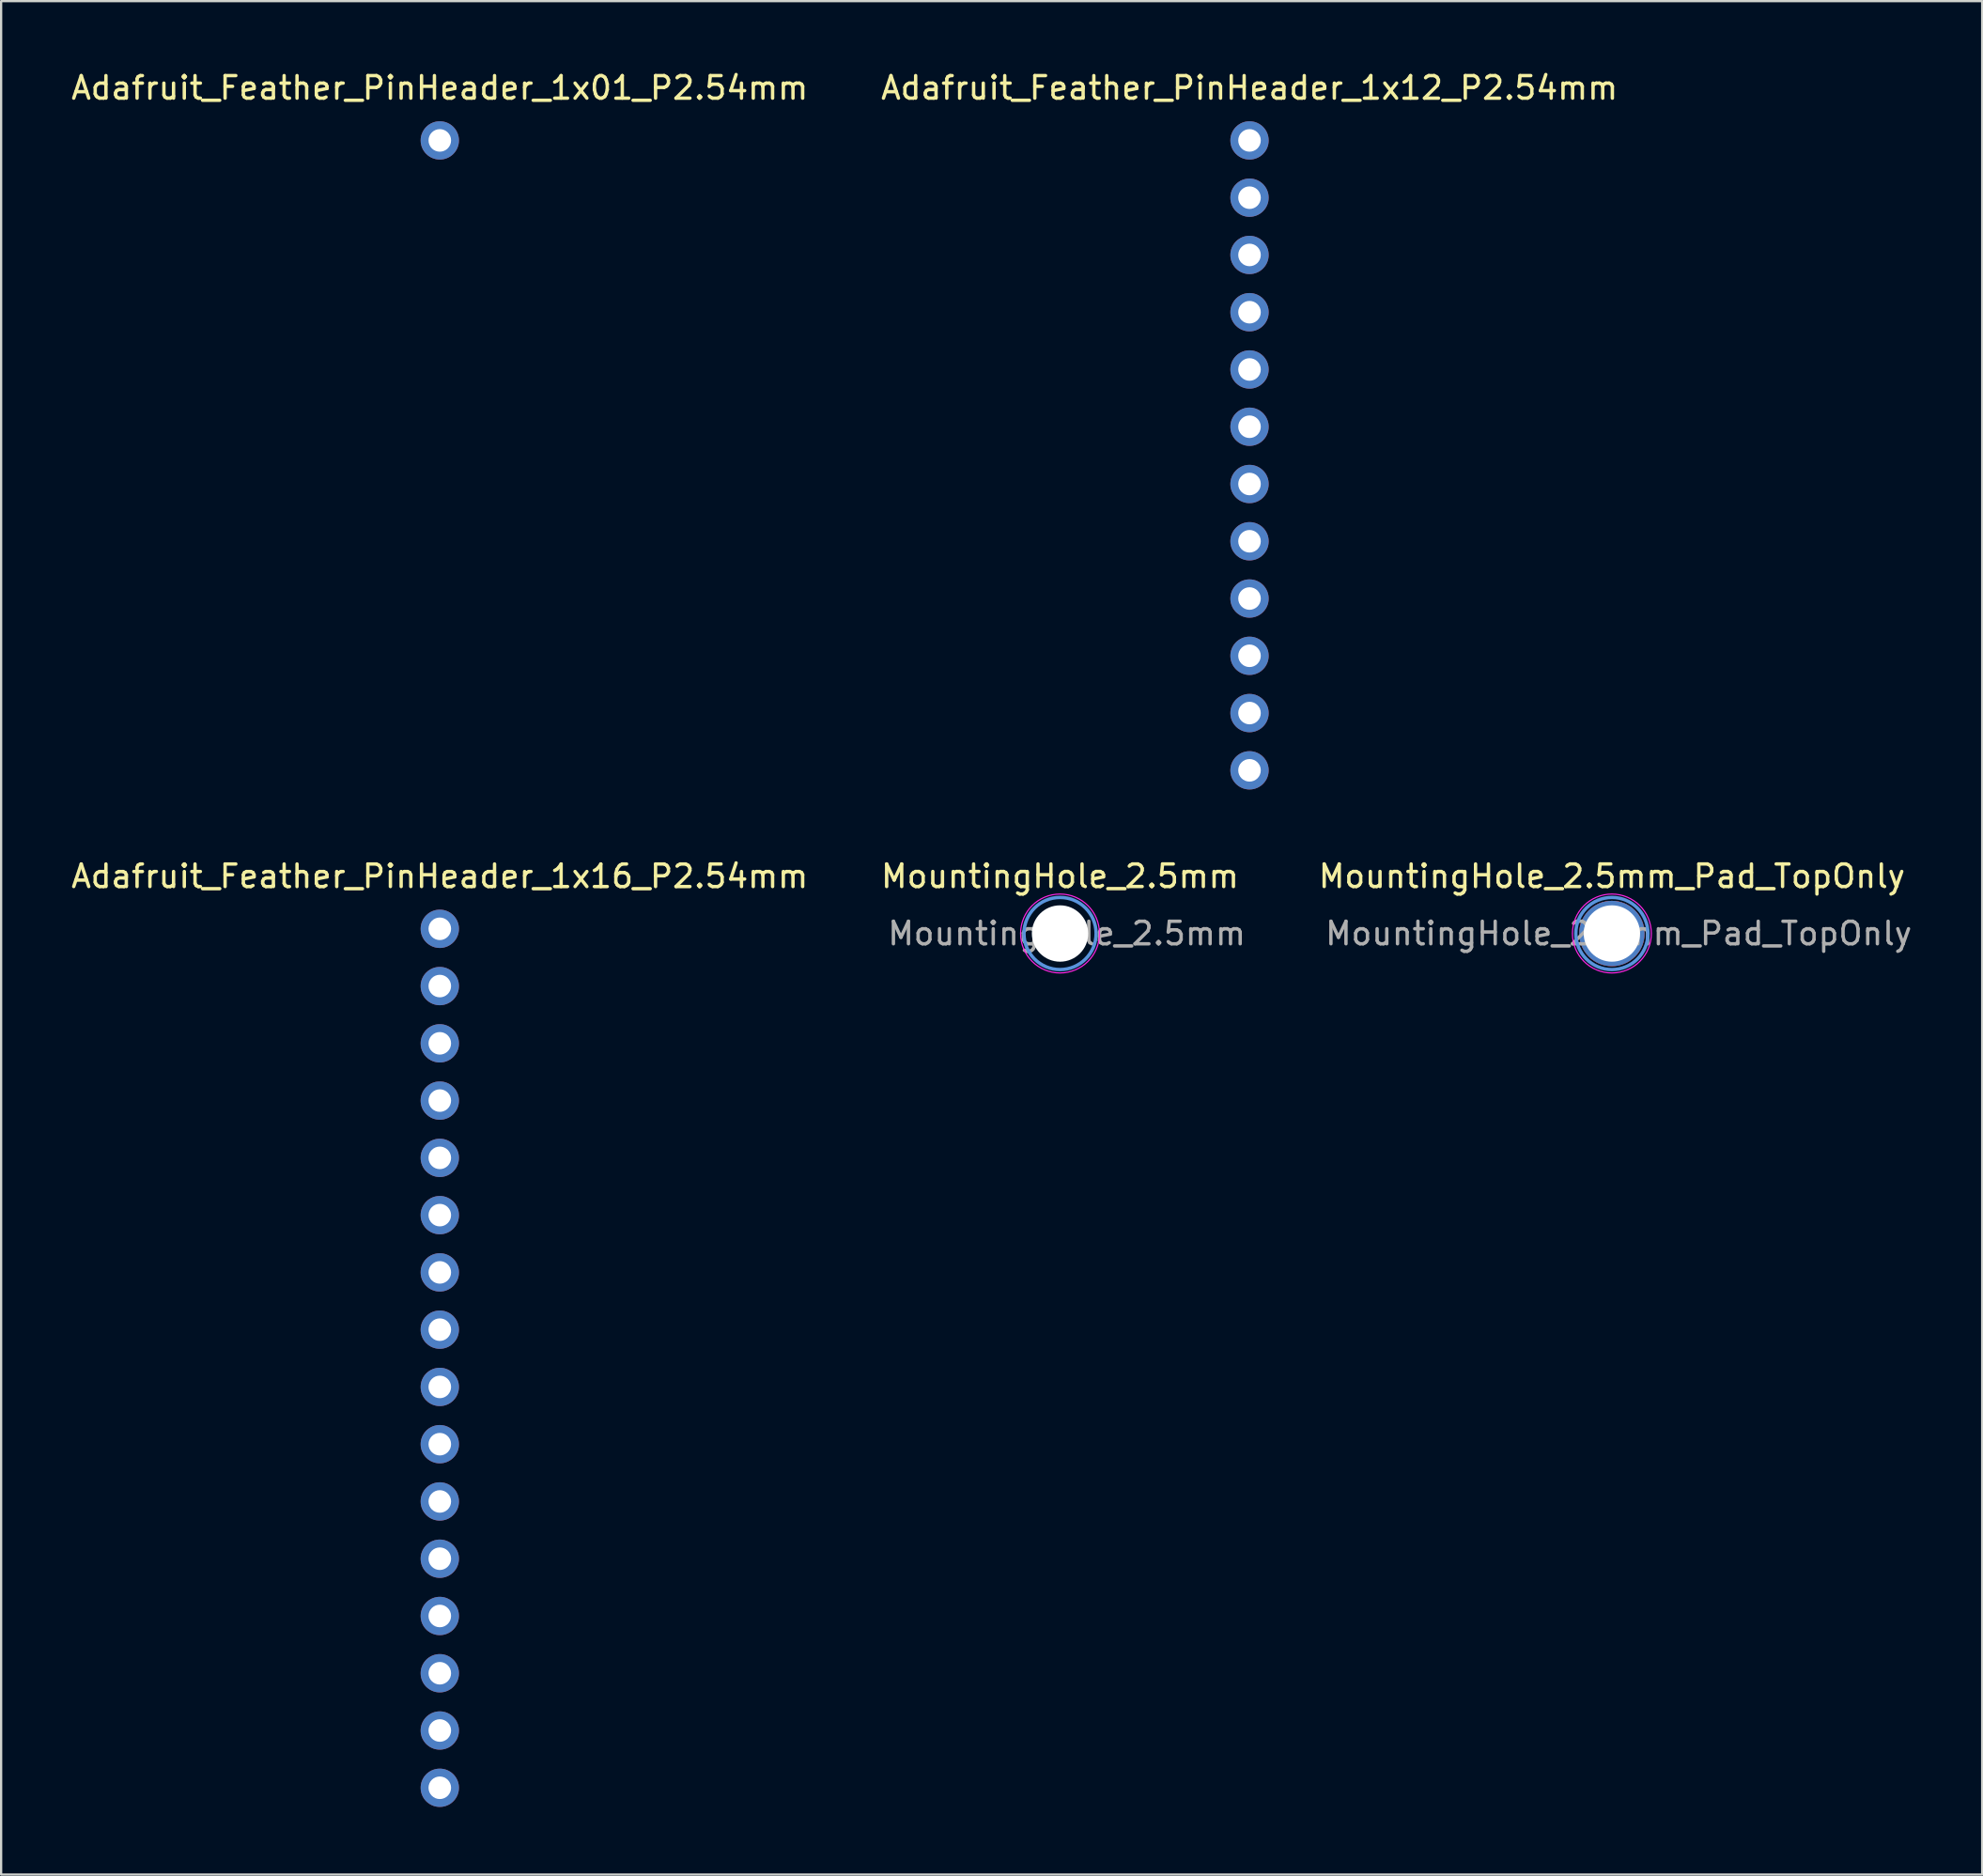
<source format=kicad_pcb>
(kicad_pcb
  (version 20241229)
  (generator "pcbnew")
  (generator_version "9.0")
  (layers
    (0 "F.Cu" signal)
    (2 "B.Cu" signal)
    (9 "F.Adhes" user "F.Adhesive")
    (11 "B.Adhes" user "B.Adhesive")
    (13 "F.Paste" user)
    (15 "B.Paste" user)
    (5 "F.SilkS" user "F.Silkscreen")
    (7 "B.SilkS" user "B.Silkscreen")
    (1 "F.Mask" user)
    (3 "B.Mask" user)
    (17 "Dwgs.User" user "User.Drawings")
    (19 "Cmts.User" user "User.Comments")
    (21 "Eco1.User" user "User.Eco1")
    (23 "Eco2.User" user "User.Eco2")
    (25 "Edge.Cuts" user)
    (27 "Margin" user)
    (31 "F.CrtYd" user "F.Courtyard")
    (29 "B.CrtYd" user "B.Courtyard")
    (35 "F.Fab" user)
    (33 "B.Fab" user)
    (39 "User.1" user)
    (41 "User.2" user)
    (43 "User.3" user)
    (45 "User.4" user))
  (footprint "Adafruit_Feather_PinHeader_1x12_P2.54mm"
    (layer "F.Cu")
    (at 52.375 3.178)
    (property "Reference" "Adafruit_Feather_PinHeader_1x12_P2.54mm" (at 0 -2.33 0) (layer "F.SilkS") (effects (font (size 1 1) (thickness 0.15))))
    (attr through_hole)
    (pad "1" thru_hole circle (at 0 0) (size 1.7 1.7) (drill 1) (layers "*.Cu" "*.Mask"))
    (pad "2" thru_hole oval (at 0 2.54) (size 1.7 1.7) (drill 1) (layers "*.Cu" "*.Mask"))
    (pad "3" thru_hole oval (at 0 5.08) (size 1.7 1.7) (drill 1) (layers "*.Cu" "*.Mask"))
    (pad "4" thru_hole oval (at 0 7.62) (size 1.7 1.7) (drill 1) (layers "*.Cu" "*.Mask"))
    (pad "5" thru_hole oval (at 0 10.16) (size 1.7 1.7) (drill 1) (layers "*.Cu" "*.Mask"))
    (pad "6" thru_hole oval (at 0 12.7) (size 1.7 1.7) (drill 1) (layers "*.Cu" "*.Mask"))
    (pad "7" thru_hole oval (at 0 15.24) (size 1.7 1.7) (drill 1) (layers "*.Cu" "*.Mask"))
    (pad "8" thru_hole oval (at 0 17.78) (size 1.7 1.7) (drill 1) (layers "*.Cu" "*.Mask"))
    (pad "9" thru_hole oval (at 0 20.32) (size 1.7 1.7) (drill 1) (layers "*.Cu" "*.Mask"))
    (pad "10" thru_hole oval (at 0 22.86) (size 1.7 1.7) (drill 1) (layers "*.Cu" "*.Mask"))
    (pad "11" thru_hole oval (at 0 25.4) (size 1.7 1.7) (drill 1) (layers "*.Cu" "*.Mask"))
    (pad "12" thru_hole oval (at 0 27.94) (size 1.7 1.7) (drill 1) (layers "*.Cu" "*.Mask")))
  (footprint "MountingHole_2.5mm"
    (layer "F.Cu")
    (at 43.97 38.356)
    (property "Reference" "MountingHole_2.5mm" (at 0 -2.54 0) (layer "F.SilkS") (effects (font (size 1 1) (thickness 0.15))))
    (attr exclude_from_pos_files exclude_from_bom)
    (fp_circle (center 0 0) (end 1.6 0) (stroke (width 0.15) (type solid)) (fill no) (layer "Cmts.User"))
    (fp_circle (center 0 0) (end 1.75 0) (stroke (width 0.05) (type solid)) (fill no) (layer "F.CrtYd"))
    (fp_text user "${REFERENCE}" (at 0.3 0 0) (layer "F.Fab") (effects (font (size 1 1) (thickness 0.15))))
    (pad "" np_thru_hole circle (at 0 0) (size 2.5 2.5) (drill 2.5) (layers "*.Cu" "*.Mask")))
  (footprint "Adafruit_Feather_PinHeader_1x01_P2.54mm"
    (layer "F.Cu")
    (at 16.458 3.178)
    (property "Reference" "Adafruit_Feather_PinHeader_1x01_P2.54mm" (at 0 -2.33 0) (layer "F.SilkS") (effects (font (size 1 1) (thickness 0.15))))
    (attr through_hole)
    (pad "1" thru_hole circle (at 0 0) (size 1.7 1.7) (drill 1) (layers "*.Cu" "*.Mask")))
  (footprint "MountingHole_2.5mm_Pad_TopOnly"
    (layer "F.Cu")
    (at 68.449 38.356)
    (property "Reference" "MountingHole_2.5mm_Pad_TopOnly" (at 0 -2.54 0) (layer "F.SilkS") (effects (font (size 1 1) (thickness 0.15))))
    (attr exclude_from_pos_files exclude_from_bom)
    (fp_circle (center 0 0) (end 1.6 0) (stroke (width 0.15) (type solid)) (fill no) (layer "Cmts.User"))
    (fp_circle (center 0 0) (end 1.75 0) (stroke (width 0.05) (type solid)) (fill no) (layer "F.CrtYd"))
    (fp_text user "${REFERENCE}" (at 0.3 0 0) (layer "F.Fab") (effects (font (size 1 1) (thickness 0.15))))
    (pad "1" connect circle (at 0 0) (size 2.9 2.9) (layers "F.Cu" "F.Mask"))
    (pad "1" thru_hole circle (at 0 0) (size 2.9 2.9) (drill 2.5) (layers "*.Cu" "*.Mask")))
  (footprint "Adafruit_Feather_PinHeader_1x16_P2.54mm"
    (layer "F.Cu")
    (at 16.458 38.147)
    (property "Reference" "Adafruit_Feather_PinHeader_1x16_P2.54mm" (at 0 -2.33 0) (layer "F.SilkS") (effects (font (size 1 1) (thickness 0.15))))
    (attr through_hole)
    (pad "1" thru_hole circle (at 0 0) (size 1.7 1.7) (drill 1) (layers "*.Cu" "*.Mask"))
    (pad "2" thru_hole oval (at 0 2.54) (size 1.7 1.7) (drill 1) (layers "*.Cu" "*.Mask"))
    (pad "3" thru_hole oval (at 0 5.08) (size 1.7 1.7) (drill 1) (layers "*.Cu" "*.Mask"))
    (pad "4" thru_hole oval (at 0 7.62) (size 1.7 1.7) (drill 1) (layers "*.Cu" "*.Mask"))
    (pad "5" thru_hole oval (at 0 10.16) (size 1.7 1.7) (drill 1) (layers "*.Cu" "*.Mask"))
    (pad "6" thru_hole oval (at 0 12.7) (size 1.7 1.7) (drill 1) (layers "*.Cu" "*.Mask"))
    (pad "7" thru_hole oval (at 0 15.24) (size 1.7 1.7) (drill 1) (layers "*.Cu" "*.Mask"))
    (pad "8" thru_hole oval (at 0 17.78) (size 1.7 1.7) (drill 1) (layers "*.Cu" "*.Mask"))
    (pad "9" thru_hole oval (at 0 20.32) (size 1.7 1.7) (drill 1) (layers "*.Cu" "*.Mask"))
    (pad "10" thru_hole oval (at 0 22.86) (size 1.7 1.7) (drill 1) (layers "*.Cu" "*.Mask"))
    (pad "11" thru_hole oval (at 0 25.4) (size 1.7 1.7) (drill 1) (layers "*.Cu" "*.Mask"))
    (pad "12" thru_hole oval (at 0 27.94) (size 1.7 1.7) (drill 1) (layers "*.Cu" "*.Mask"))
    (pad "13" thru_hole oval (at 0 30.48) (size 1.7 1.7) (drill 1) (layers "*.Cu" "*.Mask"))
    (pad "14" thru_hole oval (at 0 33.02) (size 1.7 1.7) (drill 1) (layers "*.Cu" "*.Mask"))
    (pad "15" thru_hole oval (at 0 35.56) (size 1.7 1.7) (drill 1) (layers "*.Cu" "*.Mask"))
    (pad "16" thru_hole oval (at 0 38.1) (size 1.7 1.7) (drill 1) (layers "*.Cu" "*.Mask")))
  (gr_rect
    (start -3 -3)
    (end 84.874 80.097)
    (stroke (width 0.1) (type default))
    (fill no)
    (layer "Edge.Cuts")))
</source>
